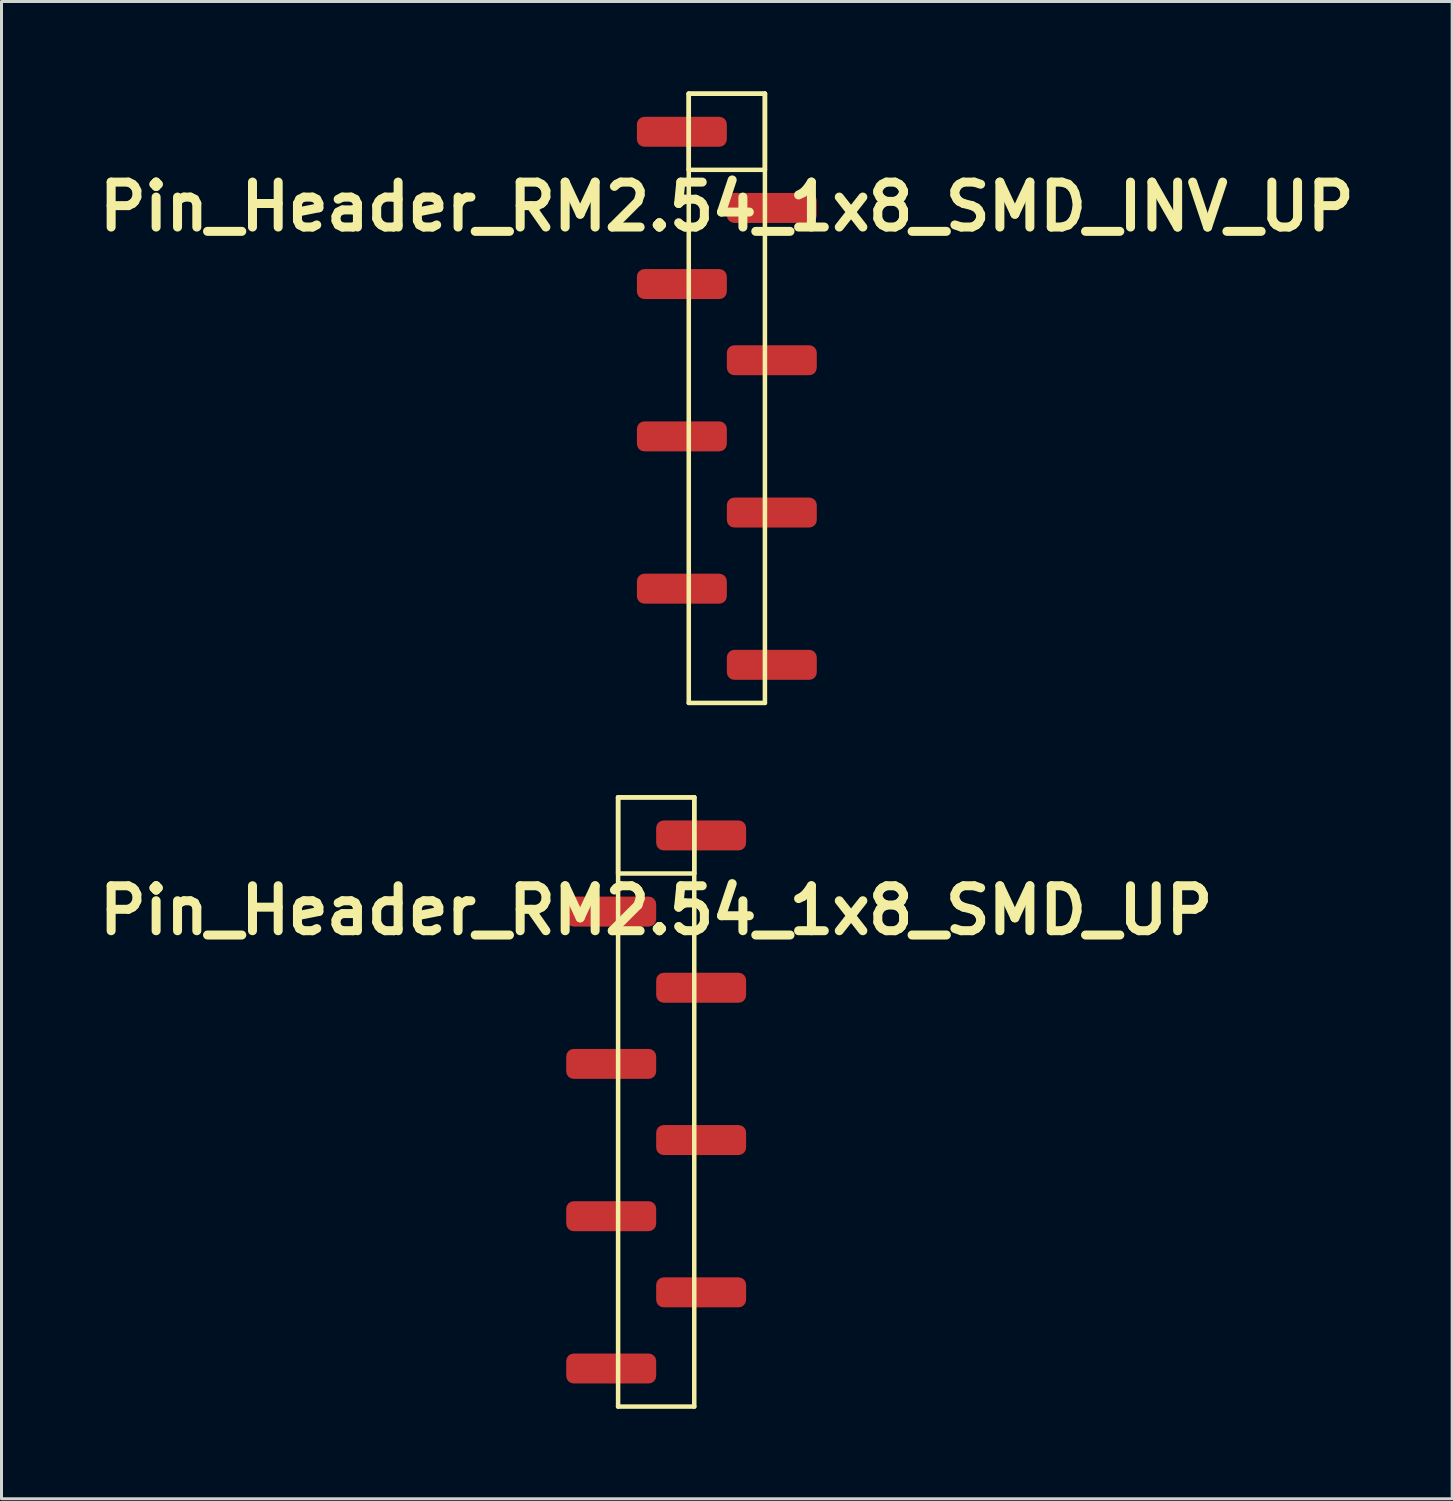
<source format=kicad_pcb>
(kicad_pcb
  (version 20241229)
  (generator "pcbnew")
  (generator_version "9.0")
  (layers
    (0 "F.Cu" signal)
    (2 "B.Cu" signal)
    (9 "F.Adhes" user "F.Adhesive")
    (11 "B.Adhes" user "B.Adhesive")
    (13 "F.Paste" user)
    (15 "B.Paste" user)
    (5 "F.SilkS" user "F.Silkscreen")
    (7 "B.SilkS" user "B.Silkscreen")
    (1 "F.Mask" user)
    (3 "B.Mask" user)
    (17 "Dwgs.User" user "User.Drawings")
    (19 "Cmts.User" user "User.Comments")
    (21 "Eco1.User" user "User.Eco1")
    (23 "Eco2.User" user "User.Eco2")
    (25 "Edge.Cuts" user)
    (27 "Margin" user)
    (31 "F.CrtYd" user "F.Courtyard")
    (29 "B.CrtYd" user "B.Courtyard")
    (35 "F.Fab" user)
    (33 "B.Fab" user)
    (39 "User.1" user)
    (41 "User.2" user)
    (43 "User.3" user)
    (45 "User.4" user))
  (footprint "Pin_Header_RM2.54_1x8_SMD_INV_UP"
    (layer "F.Cu")
    (at 21.193 1.345)
    (property "Reference" "Pin_Header_RM2.54_1x8_SMD_INV_UP" (at 0 2.5 0) (layer "F.SilkS") (effects (font (size 1.5 1.5) (thickness 0.3))))
    (attr through_hole)
    (fp_line (start -1.27 -1.27) (end 1.27 -1.27) (stroke (width 0.15) (type solid)) (layer "F.SilkS"))
    (fp_line (start -1.27 -1.27) (end 1.27 -1.27) (stroke (width 0.15) (type solid)) (layer "F.SilkS"))
    (fp_line (start -1.27 1.27) (end -1.27 -1.27) (stroke (width 0.15) (type solid)) (layer "F.SilkS"))
    (fp_line (start -1.27 19.05) (end -1.27 -1.27) (stroke (width 0.15) (type solid)) (layer "F.SilkS"))
    (fp_line (start 1.27 -1.27) (end 1.27 1.27) (stroke (width 0.15) (type solid)) (layer "F.SilkS"))
    (fp_line (start 1.27 -1.27) (end 1.27 19.05) (stroke (width 0.15) (type solid)) (layer "F.SilkS"))
    (fp_line (start 1.27 1.27) (end -1.27 1.27) (stroke (width 0.15) (type solid)) (layer "F.SilkS"))
    (fp_line (start 1.27 19.05) (end -1.27 19.05) (stroke (width 0.15) (type solid)) (layer "F.SilkS"))
    (pad "1" smd roundrect (at -1.5 0) (size 3 1) (layers "F.Cu" "F.Mask") (roundrect_rratio 0.25))
    (pad "2" smd roundrect (at 1.5 2.54) (size 3 1) (layers "F.Cu" "F.Mask") (roundrect_rratio 0.25))
    (pad "3" smd roundrect (at -1.5 5.08) (size 3 1) (layers "F.Cu" "F.Mask") (roundrect_rratio 0.25))
    (pad "4" smd roundrect (at 1.5 7.62) (size 3 1) (layers "F.Cu" "F.Mask") (roundrect_rratio 0.25))
    (pad "5" smd roundrect (at -1.5 10.16) (size 3 1) (layers "F.Cu" "F.Mask") (roundrect_rratio 0.25))
    (pad "6" smd roundrect (at 1.5 12.7) (size 3 1) (layers "F.Cu" "F.Mask") (roundrect_rratio 0.25))
    (pad "7" smd roundrect (at -1.5 15.24) (size 3 1) (layers "F.Cu" "F.Mask") (roundrect_rratio 0.25))
    (pad "8" smd roundrect (at 1.5 17.78) (size 3 1) (layers "F.Cu" "F.Mask") (roundrect_rratio 0.25)))
  (footprint "Pin_Header_RM2.54_1x8_SMD_UP"
    (layer "F.Cu")
    (at 18.836 24.815)
    (property "Reference" "Pin_Header_RM2.54_1x8_SMD_UP" (at 0 2.5 0) (layer "F.SilkS") (effects (font (size 1.5 1.5) (thickness 0.3))))
    (attr through_hole)
    (fp_line (start -1.27 -1.27) (end 1.27 -1.27) (stroke (width 0.15) (type solid)) (layer "F.SilkS"))
    (fp_line (start -1.27 -1.27) (end 1.27 -1.27) (stroke (width 0.15) (type solid)) (layer "F.SilkS"))
    (fp_line (start -1.27 1.27) (end -1.27 -1.27) (stroke (width 0.15) (type solid)) (layer "F.SilkS"))
    (fp_line (start -1.27 19.05) (end -1.27 -1.27) (stroke (width 0.15) (type solid)) (layer "F.SilkS"))
    (fp_line (start 1.27 -1.27) (end 1.27 1.27) (stroke (width 0.15) (type solid)) (layer "F.SilkS"))
    (fp_line (start 1.27 -1.27) (end 1.27 19.05) (stroke (width 0.15) (type solid)) (layer "F.SilkS"))
    (fp_line (start 1.27 1.27) (end -1.27 1.27) (stroke (width 0.15) (type solid)) (layer "F.SilkS"))
    (fp_line (start 1.27 19.05) (end -1.27 19.05) (stroke (width 0.15) (type solid)) (layer "F.SilkS"))
    (pad "1" smd roundrect (at 1.5 0) (size 3 1) (layers "F.Cu" "F.Mask") (roundrect_rratio 0.25))
    (pad "2" smd roundrect (at -1.5 2.54) (size 3 1) (layers "F.Cu" "F.Mask") (roundrect_rratio 0.25))
    (pad "3" smd roundrect (at 1.5 5.08) (size 3 1) (layers "F.Cu" "F.Mask") (roundrect_rratio 0.25))
    (pad "4" smd roundrect (at -1.5 7.62) (size 3 1) (layers "F.Cu" "F.Mask") (roundrect_rratio 0.25))
    (pad "5" smd roundrect (at 1.5 10.16) (size 3 1) (layers "F.Cu" "F.Mask") (roundrect_rratio 0.25))
    (pad "6" smd roundrect (at -1.5 12.7) (size 3 1) (layers "F.Cu" "F.Mask") (roundrect_rratio 0.25))
    (pad "7" smd roundrect (at 1.5 15.24) (size 3 1) (layers "F.Cu" "F.Mask") (roundrect_rratio 0.25))
    (pad "8" smd roundrect (at -1.5 17.78) (size 3 1) (layers "F.Cu" "F.Mask") (roundrect_rratio 0.25)))
  (gr_rect
    (start -3 -3)
    (end 45.386 46.94)
    (stroke (width 0.1) (type default))
    (fill no)
    (layer "Edge.Cuts")))
</source>
